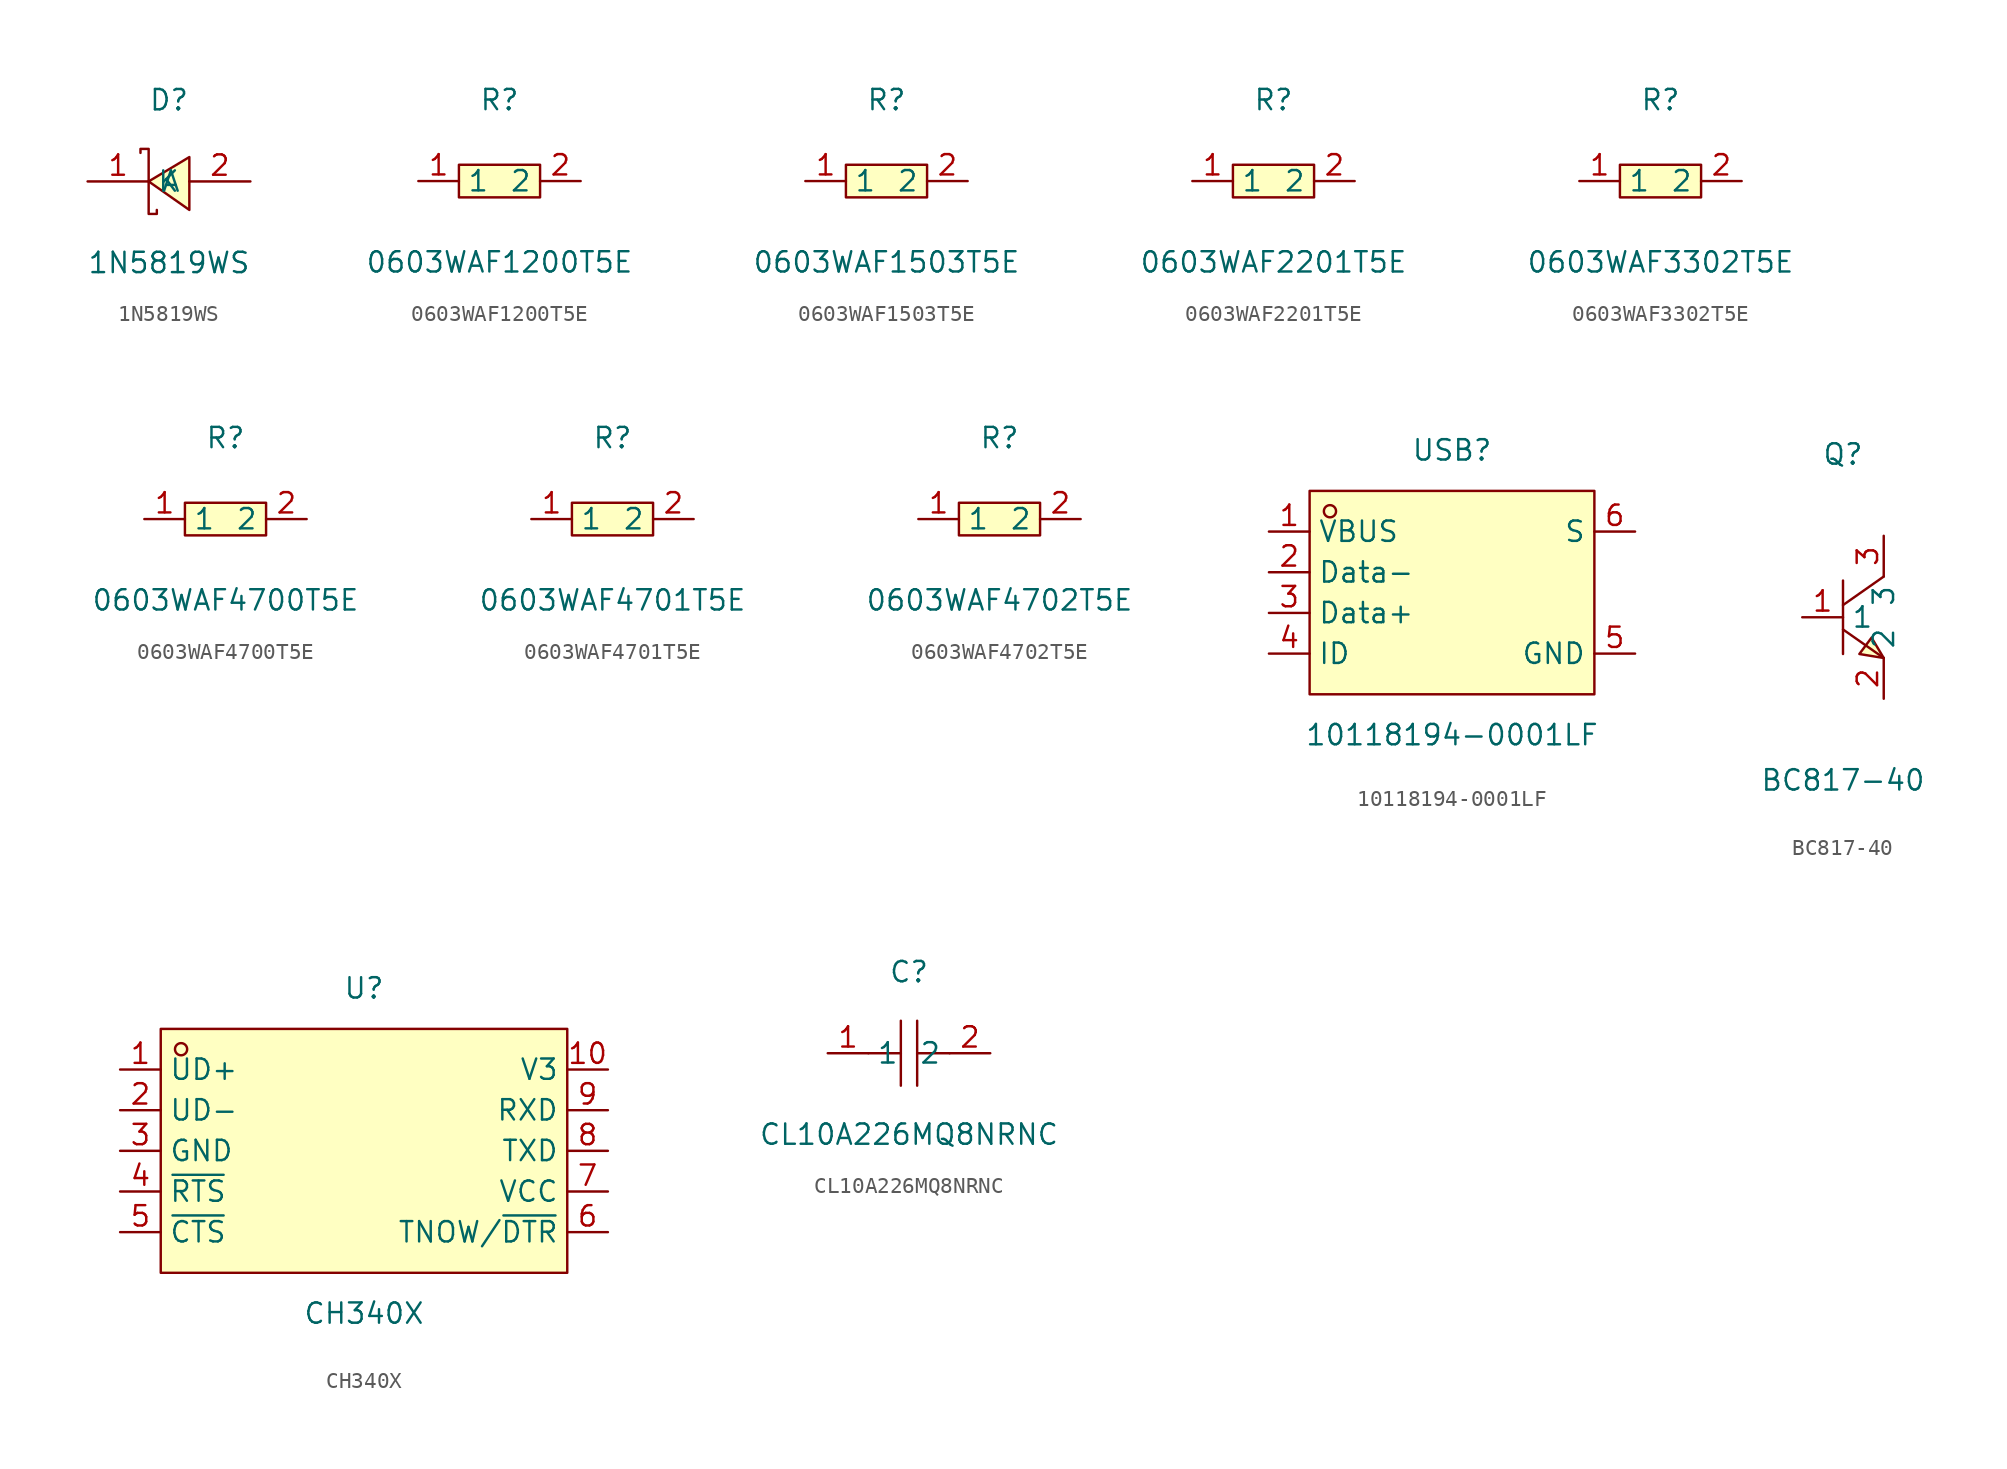
<source format=kicad_sym>
(kicad_symbol_lib
  (version 20211014)
  (generator https://github.com/uPesy/easyeda2kicad.py)
  (symbol "1N5819WS"
    (property "Reference" "D"
      (at 0 5.08 0)
      (effects (font (size 1.27 1.27))))
    (property "Value" "1N5819WS"
      (at 0 -5.08 0)
      (effects (font (size 1.27 1.27))))
    (symbol "1N5819WS_0_1"
      (polyline (pts (xy 1.27 1.52) (xy -1.27 -0.00) (xy 1.27 -1.78) (xy 1.27 1.52)) (stroke (width 0) (type default) (color 0 0 0 0)) (fill (type background)))
      (polyline (pts (xy -1.27 -0.00) (xy -1.27 2.03) (xy -1.78 2.03) (xy -1.78 1.78)) (stroke (width 0) (type default) (color 0 0 0 0)) (fill (type none)))
      (polyline (pts (xy -1.27 -0.00) (xy -1.27 -2.03) (xy -0.76 -2.03) (xy -0.76 -1.78)) (stroke (width 0) (type default) (color 0 0 0 0)) (fill (type none)))
      (pin unspecified line (at -5.08 -0.00 0) (length 3.81) (name "K" (effects (font (size 1.27 1.27)))) (number "1" (effects (font (size 1.27 1.27)))))
      (pin unspecified line (at 5.08 -0.00 180) (length 3.81) (name "A" (effects (font (size 1.27 1.27)))) (number "2" (effects (font (size 1.27 1.27)))))))
  (symbol "0603WAF1200T5E"
    (property "Reference" "R"
      (at 0 5.08 0)
      (effects (font (size 1.27 1.27))))
    (property "Value" "0603WAF1200T5E"
      (at 0 -5.08 0)
      (effects (font (size 1.27 1.27))))
    (symbol "0603WAF1200T5E_0_1"
      (rectangle (start -2.54 1.02) (end 2.54 -1.02) (stroke (width 0) (type default) (color 0 0 0 0)) (fill (type background)))
      (pin input line (at 5.08 -0.00 180) (length 2.54) (name "2" (effects (font (size 1.27 1.27)))) (number "2" (effects (font (size 1.27 1.27)))))
      (pin input line (at -5.08 -0.00 0) (length 2.54) (name "1" (effects (font (size 1.27 1.27)))) (number "1" (effects (font (size 1.27 1.27)))))))
  (symbol "0603WAF1503T5E"
    (property "Reference" "R"
      (at 0 5.08 0)
      (effects (font (size 1.27 1.27))))
    (property "Value" "0603WAF1503T5E"
      (at 0 -5.08 0)
      (effects (font (size 1.27 1.27))))
    (symbol "0603WAF1503T5E_0_1"
      (rectangle (start -2.54 1.02) (end 2.54 -1.02) (stroke (width 0) (type default) (color 0 0 0 0)) (fill (type background)))
      (pin input line (at 5.08 -0.00 180) (length 2.54) (name "2" (effects (font (size 1.27 1.27)))) (number "2" (effects (font (size 1.27 1.27)))))
      (pin input line (at -5.08 -0.00 0) (length 2.54) (name "1" (effects (font (size 1.27 1.27)))) (number "1" (effects (font (size 1.27 1.27)))))))
  (symbol "0603WAF2201T5E"
    (property "Reference" "R"
      (at 0 5.08 0)
      (effects (font (size 1.27 1.27))))
    (property "Value" "0603WAF2201T5E"
      (at 0 -5.08 0)
      (effects (font (size 1.27 1.27))))
    (symbol "0603WAF2201T5E_0_1"
      (rectangle (start -2.54 1.02) (end 2.54 -1.02) (stroke (width 0) (type default) (color 0 0 0 0)) (fill (type background)))
      (pin input line (at 5.08 -0.00 180) (length 2.54) (name "2" (effects (font (size 1.27 1.27)))) (number "2" (effects (font (size 1.27 1.27)))))
      (pin input line (at -5.08 -0.00 0) (length 2.54) (name "1" (effects (font (size 1.27 1.27)))) (number "1" (effects (font (size 1.27 1.27)))))))
  (symbol "0603WAF3302T5E"
    (property "Reference" "R"
      (at 0 5.08 0)
      (effects (font (size 1.27 1.27))))
    (property "Value" "0603WAF3302T5E"
      (at 0 -5.08 0)
      (effects (font (size 1.27 1.27))))
    (symbol "0603WAF3302T5E_0_1"
      (rectangle (start -2.54 1.02) (end 2.54 -1.02) (stroke (width 0) (type default) (color 0 0 0 0)) (fill (type background)))
      (pin input line (at 5.08 -0.00 180) (length 2.54) (name "2" (effects (font (size 1.27 1.27)))) (number "2" (effects (font (size 1.27 1.27)))))
      (pin input line (at -5.08 -0.00 0) (length 2.54) (name "1" (effects (font (size 1.27 1.27)))) (number "1" (effects (font (size 1.27 1.27)))))))
  (symbol "0603WAF4700T5E"
    (property "Reference" "R"
      (at 0 5.08 0)
      (effects (font (size 1.27 1.27))))
    (property "Value" "0603WAF4700T5E"
      (at 0 -5.08 0)
      (effects (font (size 1.27 1.27))))
    (symbol "0603WAF4700T5E_0_1"
      (rectangle (start -2.54 1.02) (end 2.54 -1.02) (stroke (width 0) (type default) (color 0 0 0 0)) (fill (type background)))
      (pin input line (at 5.08 -0.00 180) (length 2.54) (name "2" (effects (font (size 1.27 1.27)))) (number "2" (effects (font (size 1.27 1.27)))))
      (pin input line (at -5.08 -0.00 0) (length 2.54) (name "1" (effects (font (size 1.27 1.27)))) (number "1" (effects (font (size 1.27 1.27)))))))
  (symbol "0603WAF4701T5E"
    (property "Reference" "R"
      (at 0 5.08 0)
      (effects (font (size 1.27 1.27))))
    (property "Value" "0603WAF4701T5E"
      (at 0 -5.08 0)
      (effects (font (size 1.27 1.27))))
    (symbol "0603WAF4701T5E_0_1"
      (rectangle (start -2.54 1.02) (end 2.54 -1.02) (stroke (width 0) (type default) (color 0 0 0 0)) (fill (type background)))
      (pin input line (at 5.08 -0.00 180) (length 2.54) (name "2" (effects (font (size 1.27 1.27)))) (number "2" (effects (font (size 1.27 1.27)))))
      (pin input line (at -5.08 -0.00 0) (length 2.54) (name "1" (effects (font (size 1.27 1.27)))) (number "1" (effects (font (size 1.27 1.27)))))))
  (symbol "0603WAF4702T5E"
    (property "Reference" "R"
      (at 0 5.08 0)
      (effects (font (size 1.27 1.27))))
    (property "Value" "0603WAF4702T5E"
      (at 0 -5.08 0)
      (effects (font (size 1.27 1.27))))
    (symbol "0603WAF4702T5E_0_1"
      (rectangle (start -2.54 1.02) (end 2.54 -1.02) (stroke (width 0) (type default) (color 0 0 0 0)) (fill (type background)))
      (pin input line (at 5.08 -0.00 180) (length 2.54) (name "2" (effects (font (size 1.27 1.27)))) (number "2" (effects (font (size 1.27 1.27)))))
      (pin input line (at -5.08 -0.00 0) (length 2.54) (name "1" (effects (font (size 1.27 1.27)))) (number "1" (effects (font (size 1.27 1.27)))))))
  (symbol "10118194-0001LF"
    (property "Reference" "USB"
      (at 0 7.62 0)
      (effects (font (size 1.27 1.27))))
    (property "Value" "10118194-0001LF"
      (at 0 -10.16 0)
      (effects (font (size 1.27 1.27))))
    (symbol "10118194-0001LF_0_1"
      (rectangle (start -8.89 5.08) (end 8.89 -7.62) (stroke (width 0) (type default) (color 0 0 0 0)) (fill (type background)))
      (circle (center -7.62 3.81) (radius 0.38) (stroke (width 0) (type default) (color 0 0 0 0)) (fill (type none)))
      (pin unspecified line (at -11.43 2.54 0) (length 2.54) (name "VBUS" (effects (font (size 1.27 1.27)))) (number "1" (effects (font (size 1.27 1.27)))))
      (pin unspecified line (at -11.43 -0.00 0) (length 2.54) (name "Data-" (effects (font (size 1.27 1.27)))) (number "2" (effects (font (size 1.27 1.27)))))
      (pin unspecified line (at -11.43 -2.54 0) (length 2.54) (name "Data+" (effects (font (size 1.27 1.27)))) (number "3" (effects (font (size 1.27 1.27)))))
      (pin unspecified line (at -11.43 -5.08 0) (length 2.54) (name "ID" (effects (font (size 1.27 1.27)))) (number "4" (effects (font (size 1.27 1.27)))))
      (pin unspecified line (at 11.43 -5.08 180) (length 2.54) (name "GND" (effects (font (size 1.27 1.27)))) (number "5" (effects (font (size 1.27 1.27)))))
      (pin unspecified line (at 11.43 2.54 180) (length 2.54) (name "S" (effects (font (size 1.27 1.27)))) (number "6" (effects (font (size 1.27 1.27)))))))
  (symbol "BC817-40"
    (property "Reference" "Q"
      (at 0 10.16 0)
      (effects (font (size 1.27 1.27))))
    (property "Value" "BC817-40"
      (at 0 -10.16 0)
      (effects (font (size 1.27 1.27))))
    (symbol "BC817-40_0_1"
      (polyline (pts (xy 2.54 2.54) (xy 0.00 0.76)) (stroke (width 0) (type default) (color 0 0 0 0)) (fill (type none)))
      (polyline (pts (xy 0.00 -0.76) (xy 2.54 -2.54)) (stroke (width 0) (type default) (color 0 0 0 0)) (fill (type none)))
      (polyline (pts (xy 0.00 2.29) (xy 0.00 -2.29)) (stroke (width 0) (type default) (color 0 0 0 0)) (fill (type none)))
      (polyline (pts (xy 2.54 -2.54) (xy 1.78 -1.27) (xy 1.02 -2.29) (xy 2.54 -2.54)) (stroke (width 0) (type default) (color 0 0 0 0)) (fill (type background)))
      (pin input line (at -2.54 -0.00 0) (length 2.54) (name "1" (effects (font (size 1.27 1.27)))) (number "1" (effects (font (size 1.27 1.27)))))
      (pin input line (at 2.54 5.08 270) (length 2.54) (name "3" (effects (font (size 1.27 1.27)))) (number "3" (effects (font (size 1.27 1.27)))))
      (pin input line (at 2.54 -5.08 90) (length 2.54) (name "2" (effects (font (size 1.27 1.27)))) (number "2" (effects (font (size 1.27 1.27)))))))
  (symbol "CH340X"
    (property "Reference" "U"
      (at 0 10.16 0)
      (effects (font (size 1.27 1.27))))
    (property "Value" "CH340X"
      (at 0 -10.16 0)
      (effects (font (size 1.27 1.27))))
    (symbol "CH340X_0_1"
      (rectangle (start -12.70 7.62) (end 12.70 -7.62) (stroke (width 0) (type default) (color 0 0 0 0)) (fill (type background)))
      (circle (center -11.43 6.35) (radius 0.38) (stroke (width 0) (type default) (color 0 0 0 0)) (fill (type none)))
      (pin unspecified line (at -15.24 5.08 0) (length 2.54) (name "UD+" (effects (font (size 1.27 1.27)))) (number "1" (effects (font (size 1.27 1.27)))))
      (pin unspecified line (at -15.24 2.54 0) (length 2.54) (name "UD-" (effects (font (size 1.27 1.27)))) (number "2" (effects (font (size 1.27 1.27)))))
      (pin unspecified line (at -15.24 -0.00 0) (length 2.54) (name "GND" (effects (font (size 1.27 1.27)))) (number "3" (effects (font (size 1.27 1.27)))))
      (pin unspecified line (at -15.24 -2.54 0) (length 2.54) (name "~{RTS}" (effects (font (size 1.27 1.27)))) (number "4" (effects (font (size 1.27 1.27)))))
      (pin unspecified line (at -15.24 -5.08 0) (length 2.54) (name "~{CTS}" (effects (font (size 1.27 1.27)))) (number "5" (effects (font (size 1.27 1.27)))))
      (pin unspecified line (at 15.24 -5.08 180) (length 2.54) (name "TNOW/~{DTR}" (effects (font (size 1.27 1.27)))) (number "6" (effects (font (size 1.27 1.27)))))
      (pin unspecified line (at 15.24 -2.54 180) (length 2.54) (name "VCC" (effects (font (size 1.27 1.27)))) (number "7" (effects (font (size 1.27 1.27)))))
      (pin unspecified line (at 15.24 -0.00 180) (length 2.54) (name "TXD" (effects (font (size 1.27 1.27)))) (number "8" (effects (font (size 1.27 1.27)))))
      (pin unspecified line (at 15.24 2.54 180) (length 2.54) (name "RXD" (effects (font (size 1.27 1.27)))) (number "9" (effects (font (size 1.27 1.27)))))
      (pin unspecified line (at 15.24 5.08 180) (length 2.54) (name "V3" (effects (font (size 1.27 1.27)))) (number "10" (effects (font (size 1.27 1.27)))))))
  (symbol "CL10A226MQ8NRNC"
    (property "Reference" "C"
      (at 0 5.08 0)
      (effects (font (size 1.27 1.27))))
    (property "Value" "CL10A226MQ8NRNC"
      (at 0 -5.08 0)
      (effects (font (size 1.27 1.27))))
    (symbol "CL10A226MQ8NRNC_0_1"
      (polyline (pts (xy -0.51 -2.03) (xy -0.51 2.03)) (stroke (width 0) (type default) (color 0 0 0 0)) (fill (type none)))
      (polyline (pts (xy 2.54 -0.00) (xy 0.51 -0.00)) (stroke (width 0) (type default) (color 0 0 0 0)) (fill (type none)))
      (polyline (pts (xy 0.51 2.03) (xy 0.51 -2.03)) (stroke (width 0) (type default) (color 0 0 0 0)) (fill (type none)))
      (polyline (pts (xy -0.51 -0.00) (xy -2.54 -0.00)) (stroke (width 0) (type default) (color 0 0 0 0)) (fill (type none)))
      (pin unspecified line (at -5.08 -0.00 0) (length 2.54) (name "1" (effects (font (size 1.27 1.27)))) (number "1" (effects (font (size 1.27 1.27)))))
      (pin unspecified line (at 5.08 -0.00 180) (length 2.54) (name "2" (effects (font (size 1.27 1.27)))) (number "2" (effects (font (size 1.27 1.27))))))))
</source>
